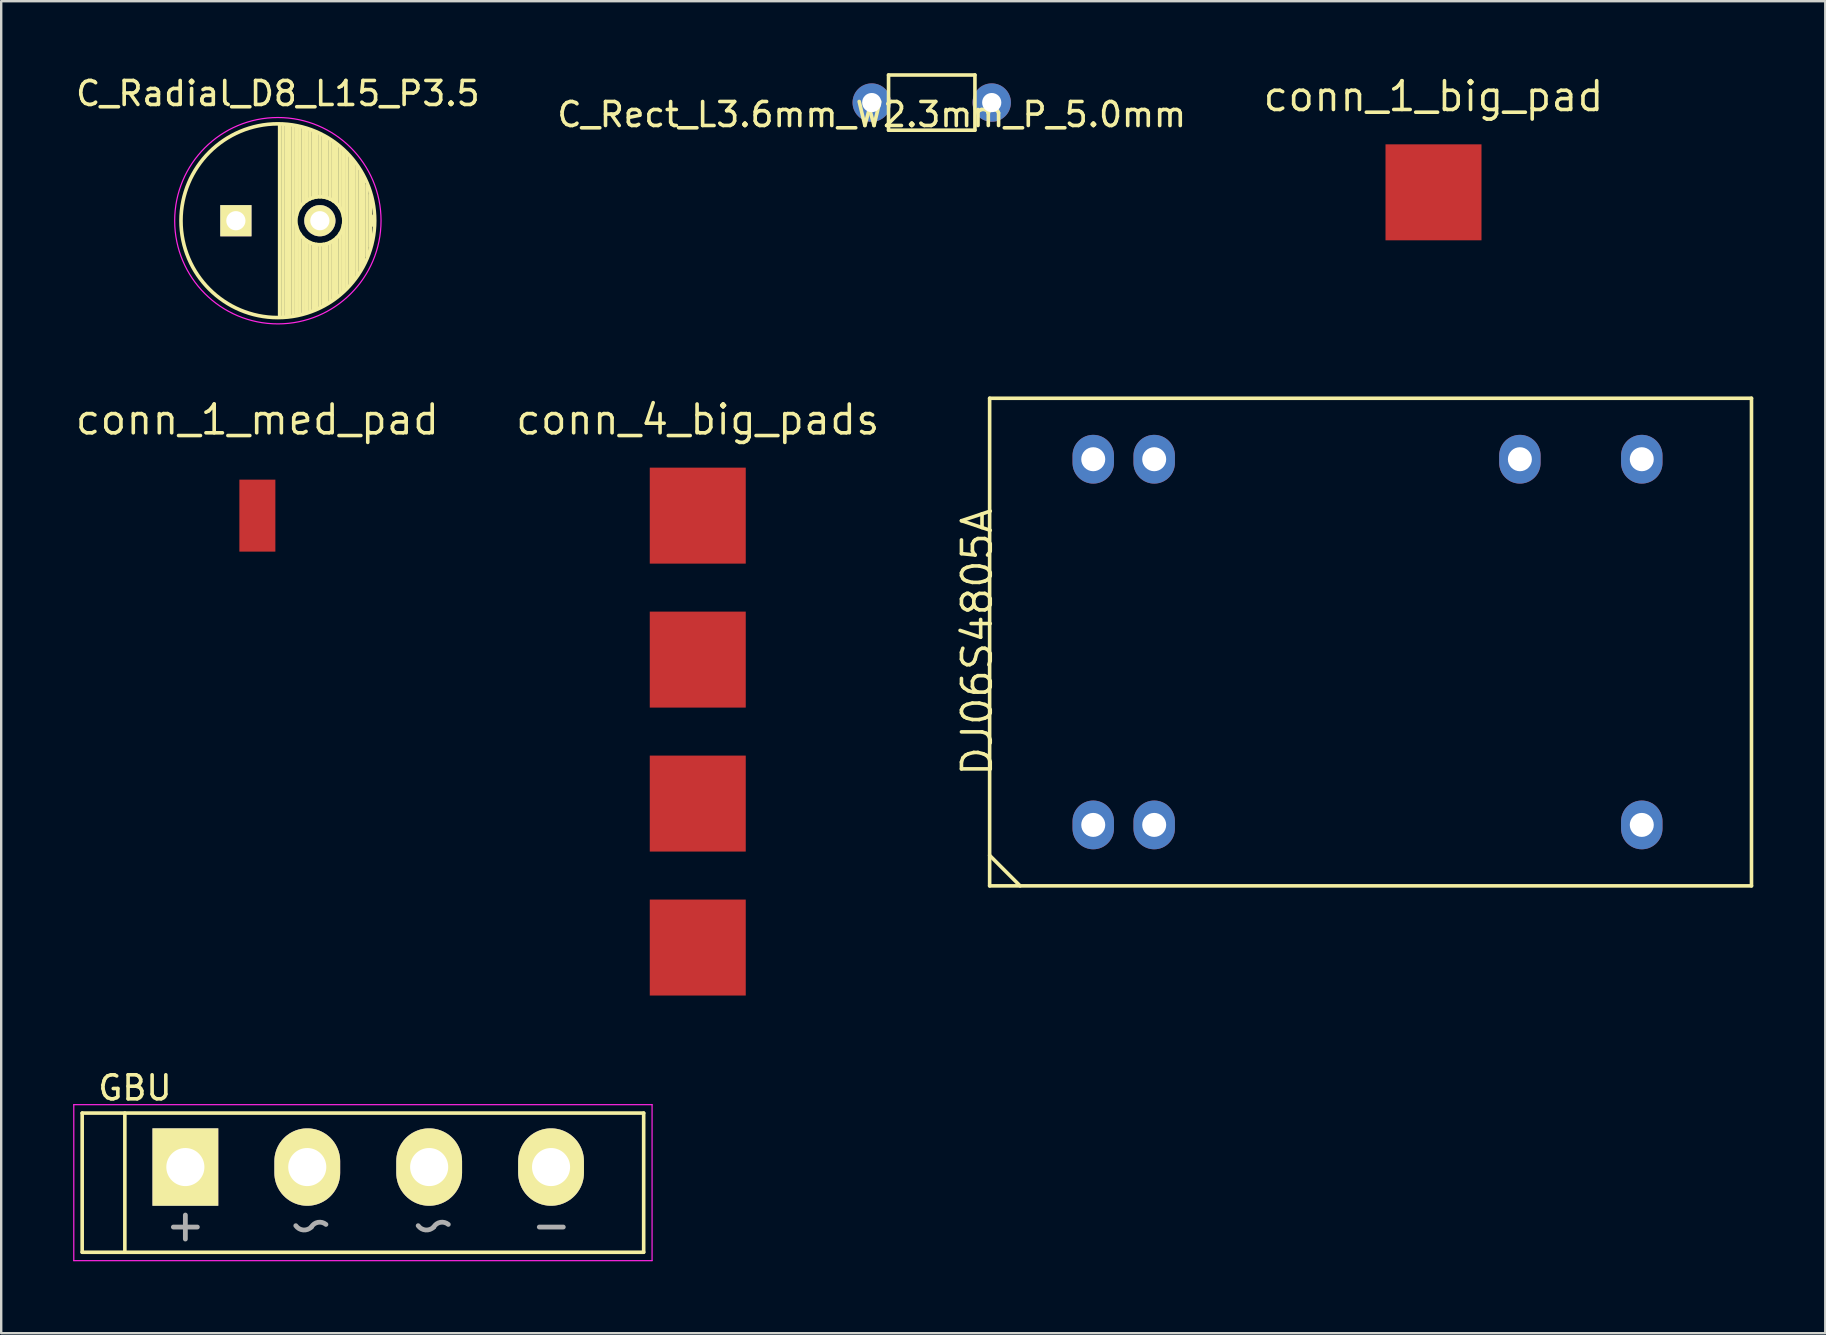
<source format=kicad_pcb>
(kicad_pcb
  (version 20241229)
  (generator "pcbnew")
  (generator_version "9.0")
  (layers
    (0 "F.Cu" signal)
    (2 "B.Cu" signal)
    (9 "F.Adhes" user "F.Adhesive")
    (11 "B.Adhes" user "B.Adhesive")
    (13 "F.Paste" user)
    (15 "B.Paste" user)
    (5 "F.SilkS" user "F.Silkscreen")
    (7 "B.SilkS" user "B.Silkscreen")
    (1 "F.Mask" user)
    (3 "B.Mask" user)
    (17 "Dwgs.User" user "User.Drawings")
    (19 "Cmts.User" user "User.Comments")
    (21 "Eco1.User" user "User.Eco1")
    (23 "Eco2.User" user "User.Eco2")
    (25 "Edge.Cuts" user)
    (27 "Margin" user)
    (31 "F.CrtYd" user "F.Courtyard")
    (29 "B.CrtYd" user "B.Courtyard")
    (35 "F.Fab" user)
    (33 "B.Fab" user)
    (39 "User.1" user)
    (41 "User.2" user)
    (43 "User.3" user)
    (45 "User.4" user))
  (footprint "DJ06S4805A"
    (layer "F.Cu")
    (at 42.511 31.328)
    (property "Reference" "DJ06S4805A" (at -4.84 -7.62 90) (layer "F.SilkS") (effects (font (size 1.2 1.2) (thickness 0.15))))
    (attr through_hole)
    (fp_line (start -4.318 -17.78) (end 27.432 -17.78) (stroke (width 0.15) (type solid)) (layer "F.SilkS"))
    (fp_line (start -4.318 1.27) (end -3.048 2.54) (stroke (width 0.15) (type solid)) (layer "F.SilkS"))
    (fp_line (start -4.318 2.54) (end -4.318 -17.78) (stroke (width 0.15) (type solid)) (layer "F.SilkS"))
    (fp_line (start -4.318 2.54) (end 27.432 2.54) (stroke (width 0.15) (type solid)) (layer "F.SilkS"))
    (fp_line (start 27.432 2.54) (end 27.432 -17.78) (stroke (width 0.15) (type solid)) (layer "F.SilkS"))
    (pad "2" thru_hole oval (at 0 0) (size 1.727 2.032) (drill 1) (layers "*.Cu" "*.Mask"))
    (pad "3" thru_hole oval (at 2.54 0) (size 1.727 2.032) (drill 1) (layers "*.Cu" "*.Mask"))
    (pad "11" thru_hole oval (at 22.86 0) (size 1.727 2.032) (drill 1) (layers "*.Cu" "*.Mask"))
    (pad "14" thru_hole oval (at 22.86 -15.24) (size 1.727 2.032) (drill 1) (layers "*.Cu" "*.Mask"))
    (pad "16" thru_hole oval (at 17.78 -15.24) (size 1.727 2.032) (drill 1) (layers "*.Cu" "*.Mask"))
    (pad "22" thru_hole oval (at 2.54 -15.24) (size 1.727 2.032) (drill 1) (layers "*.Cu" "*.Mask"))
    (pad "23" thru_hole oval (at 0 -15.24) (size 1.727 2.032) (drill 1) (layers "*.Cu" "*.Mask")))
  (footprint "C_Rect_L3.6mm_W2.3mm_P_5.0mm"
    (layer "F.Cu")
    (at 33.28 1.225)
    (property "Reference" "C_Rect_L3.6mm_W2.3mm_P_5.0mm" (at 0 0.5 0) (layer "F.SilkS") (effects (font (size 1 1) (thickness 0.15))))
    (attr through_hole)
    (fp_line (start 0.7 -1.15) (end 4.3 -1.15) (stroke (width 0.15) (type solid)) (layer "F.SilkS"))
    (fp_line (start 0.7 1.15) (end 0.7 -1.15) (stroke (width 0.15) (type solid)) (layer "F.SilkS"))
    (fp_line (start 4.3 -1.15) (end 4.3 1.15) (stroke (width 0.15) (type solid)) (layer "F.SilkS"))
    (fp_line (start 4.3 1.15) (end 0.7 1.15) (stroke (width 0.15) (type solid)) (layer "F.SilkS"))
    (pad "1" thru_hole circle (at 0 0) (size 1.6 1.6) (drill 0.8) (layers "*.Cu" "*.Mask"))
    (pad "2" thru_hole circle (at 5 0) (size 1.6 1.6) (drill 0.8) (layers "*.Cu" "*.Mask")))
  (footprint "conn_4_big_pads"
    (layer "F.Cu")
    (at 26.029 18.439)
    (property "Reference" "conn_4_big_pads" (at 0 -4 0) (layer "F.SilkS") (effects (font (size 1.2 1.2) (thickness 0.15))))
    (attr through_hole)
    (pad "1" smd rect (at 0 0) (size 4 4) (layers "F.Cu" "F.Mask" "F.Paste"))
    (pad "2" smd rect (at 0 6) (size 4 4) (layers "F.Cu" "F.Mask" "F.Paste"))
    (pad "3" smd rect (at 0 12) (size 4 4) (layers "F.Cu" "F.Mask" "F.Paste"))
    (pad "4" smd rect (at 0 18) (size 4 4) (layers "F.Cu" "F.Mask" "F.Paste")))
  (footprint "conn_1_big_pad"
    (layer "F.Cu")
    (at 56.691 4.965)
    (property "Reference" "conn_1_big_pad" (at 0 -4 0) (layer "F.SilkS") (effects (font (size 1.2 1.2) (thickness 0.15))))
    (attr through_hole)
    (pad "1" smd rect (at 0 0) (size 4 4) (layers "F.Cu" "F.Mask" "F.Paste")))
  (footprint "conn_1_med_pad"
    (layer "F.Cu")
    (at 7.676 18.439)
    (property "Reference" "conn_1_med_pad" (at 0 -4 0) (layer "F.SilkS") (effects (font (size 1.2 1.2) (thickness 0.15))))
    (attr through_hole)
    (pad "1" smd rect (at 0 0) (size 1.5 3) (layers "F.Cu" "F.Mask" "F.Paste")))
  (footprint "C_Radial_D8_L15_P3.5"
    (layer "F.Cu")
    (at 6.78 6.148)
    (property "Reference" "C_Radial_D8_L15_P3.5" (at 1.75 -5.3 0) (layer "F.SilkS") (effects (font (size 1 1) (thickness 0.15))))
    (attr through_hole)
    (fp_line (start 1.825 -3.999) (end 1.825 3.999) (stroke (width 0.15) (type solid)) (layer "F.SilkS"))
    (fp_line (start 1.965 -3.994) (end 1.965 3.994) (stroke (width 0.15) (type solid)) (layer "F.SilkS"))
    (fp_line (start 2.105 -3.984) (end 2.105 3.984) (stroke (width 0.15) (type solid)) (layer "F.SilkS"))
    (fp_line (start 2.245 -3.969) (end 2.245 3.969) (stroke (width 0.15) (type solid)) (layer "F.SilkS"))
    (fp_line (start 2.385 -3.949) (end 2.385 3.949) (stroke (width 0.15) (type solid)) (layer "F.SilkS"))
    (fp_line (start 2.525 -3.924) (end 2.525 -0.222) (stroke (width 0.15) (type solid)) (layer "F.SilkS"))
    (fp_line (start 2.525 0.222) (end 2.525 3.924) (stroke (width 0.15) (type solid)) (layer "F.SilkS"))
    (fp_line (start 2.665 -3.894) (end 2.665 -0.55) (stroke (width 0.15) (type solid)) (layer "F.SilkS"))
    (fp_line (start 2.665 0.55) (end 2.665 3.894) (stroke (width 0.15) (type solid)) (layer "F.SilkS"))
    (fp_line (start 2.805 -3.858) (end 2.805 -0.719) (stroke (width 0.15) (type solid)) (layer "F.SilkS"))
    (fp_line (start 2.805 0.719) (end 2.805 3.858) (stroke (width 0.15) (type solid)) (layer "F.SilkS"))
    (fp_line (start 2.945 -3.817) (end 2.945 -0.832) (stroke (width 0.15) (type solid)) (layer "F.SilkS"))
    (fp_line (start 2.945 0.832) (end 2.945 3.817) (stroke (width 0.15) (type solid)) (layer "F.SilkS"))
    (fp_line (start 3.085 -3.771) (end 3.085 -0.91) (stroke (width 0.15) (type solid)) (layer "F.SilkS"))
    (fp_line (start 3.085 0.91) (end 3.085 3.771) (stroke (width 0.15) (type solid)) (layer "F.SilkS"))
    (fp_line (start 3.225 -3.718) (end 3.225 -0.961) (stroke (width 0.15) (type solid)) (layer "F.SilkS"))
    (fp_line (start 3.225 0.961) (end 3.225 3.718) (stroke (width 0.15) (type solid)) (layer "F.SilkS"))
    (fp_line (start 3.365 -3.659) (end 3.365 -0.991) (stroke (width 0.15) (type solid)) (layer "F.SilkS"))
    (fp_line (start 3.365 0.991) (end 3.365 3.659) (stroke (width 0.15) (type solid)) (layer "F.SilkS"))
    (fp_line (start 3.505 -3.594) (end 3.505 -1) (stroke (width 0.15) (type solid)) (layer "F.SilkS"))
    (fp_line (start 3.505 1) (end 3.505 3.594) (stroke (width 0.15) (type solid)) (layer "F.SilkS"))
    (fp_line (start 3.645 -3.523) (end 3.645 -0.989) (stroke (width 0.15) (type solid)) (layer "F.SilkS"))
    (fp_line (start 3.645 0.989) (end 3.645 3.523) (stroke (width 0.15) (type solid)) (layer "F.SilkS"))
    (fp_line (start 3.785 -3.444) (end 3.785 -0.959) (stroke (width 0.15) (type solid)) (layer "F.SilkS"))
    (fp_line (start 3.785 0.959) (end 3.785 3.444) (stroke (width 0.15) (type solid)) (layer "F.SilkS"))
    (fp_line (start 3.925 -3.357) (end 3.925 -0.905) (stroke (width 0.15) (type solid)) (layer "F.SilkS"))
    (fp_line (start 3.925 0.905) (end 3.925 3.357) (stroke (width 0.15) (type solid)) (layer "F.SilkS"))
    (fp_line (start 4.065 -3.262) (end 4.065 -0.825) (stroke (width 0.15) (type solid)) (layer "F.SilkS"))
    (fp_line (start 4.065 0.825) (end 4.065 3.262) (stroke (width 0.15) (type solid)) (layer "F.SilkS"))
    (fp_line (start 4.205 -3.158) (end 4.205 -0.709) (stroke (width 0.15) (type solid)) (layer "F.SilkS"))
    (fp_line (start 4.205 0.709) (end 4.205 3.158) (stroke (width 0.15) (type solid)) (layer "F.SilkS"))
    (fp_line (start 4.345 -3.044) (end 4.345 -0.535) (stroke (width 0.15) (type solid)) (layer "F.SilkS"))
    (fp_line (start 4.345 0.535) (end 4.345 3.044) (stroke (width 0.15) (type solid)) (layer "F.SilkS"))
    (fp_line (start 4.485 -2.919) (end 4.485 -0.173) (stroke (width 0.15) (type solid)) (layer "F.SilkS"))
    (fp_line (start 4.485 0.173) (end 4.485 2.919) (stroke (width 0.15) (type solid)) (layer "F.SilkS"))
    (fp_line (start 4.625 -2.781) (end 4.625 2.781) (stroke (width 0.15) (type solid)) (layer "F.SilkS"))
    (fp_line (start 4.765 -2.629) (end 4.765 2.629) (stroke (width 0.15) (type solid)) (layer "F.SilkS"))
    (fp_line (start 4.905 -2.459) (end 4.905 2.459) (stroke (width 0.15) (type solid)) (layer "F.SilkS"))
    (fp_line (start 5.045 -2.268) (end 5.045 2.268) (stroke (width 0.15) (type solid)) (layer "F.SilkS"))
    (fp_line (start 5.185 -2.05) (end 5.185 2.05) (stroke (width 0.15) (type solid)) (layer "F.SilkS"))
    (fp_line (start 5.325 -1.794) (end 5.325 1.794) (stroke (width 0.15) (type solid)) (layer "F.SilkS"))
    (fp_line (start 5.465 -1.483) (end 5.465 1.483) (stroke (width 0.15) (type solid)) (layer "F.SilkS"))
    (fp_line (start 5.605 -1.067) (end 5.605 1.067) (stroke (width 0.15) (type solid)) (layer "F.SilkS"))
    (fp_line (start 5.745 -0.2) (end 5.745 0.2) (stroke (width 0.15) (type solid)) (layer "F.SilkS"))
    (fp_circle (center 1.75 0) (end 1.75 -4.037) (stroke (width 0.15) (type solid)) (fill no) (layer "F.SilkS"))
    (fp_circle (center 3.5 0) (end 3.5 -1) (stroke (width 0.15) (type solid)) (fill no) (layer "F.SilkS"))
    (fp_circle (center 1.75 0) (end 1.75 -4.3) (stroke (width 0.05) (type solid)) (fill no) (layer "F.CrtYd"))
    (pad "1" thru_hole rect (at 0 0) (size 1.3 1.3) (drill 0.8) (layers "*.Cu" "*.Mask" "F.SilkS"))
    (pad "2" thru_hole circle (at 3.5 0) (size 1.3 1.3) (drill 0.8) (layers "*.Cu" "*.Mask" "F.SilkS")))
  (footprint "GBU"
    (layer "F.Cu")
    (at 4.675 45.587)
    (property "Reference" "GBU" (at -2.1 -3.3 0) (layer "F.SilkS") (effects (font (size 1 1) (thickness 0.15))))
    (attr through_hole)
    (fp_line (start -4.3 -2.25) (end 19.1 -2.25) (stroke (width 0.15) (type solid)) (layer "F.SilkS"))
    (fp_line (start -4.3 3.55) (end -4.3 -2.25) (stroke (width 0.15) (type solid)) (layer "F.SilkS"))
    (fp_line (start -2.522 3.55) (end -2.522 -2.25) (stroke (width 0.15) (type solid)) (layer "F.SilkS"))
    (fp_line (start 19.1 -2.25) (end 19.1 3.55) (stroke (width 0.15) (type solid)) (layer "F.SilkS"))
    (fp_line (start 19.1 3.55) (end -4.3 3.55) (stroke (width 0.15) (type solid)) (layer "F.SilkS"))
    (fp_line (start -4.65 -2.6) (end 19.45 -2.6) (stroke (width 0.05) (type solid)) (layer "F.CrtYd"))
    (fp_line (start -4.65 3.9) (end -4.65 -2.6) (stroke (width 0.05) (type solid)) (layer "F.CrtYd"))
    (fp_line (start 19.45 -2.6) (end 19.45 3.9) (stroke (width 0.05) (type solid)) (layer "F.CrtYd"))
    (fp_line (start 19.45 3.9) (end -4.65 3.9) (stroke (width 0.05) (type solid)) (layer "F.CrtYd"))
    (fp_line (start -0.5 2.5) (end 0.5 2.5) (stroke (width 0.2) (type solid)) (layer "F.Fab"))
    (fp_line (start 0 2) (end 0 3) (stroke (width 0.2) (type solid)) (layer "F.Fab"))
    (fp_line (start 14.75 2.5) (end 15.75 2.5) (stroke (width 0.2) (type solid)) (layer "F.Fab"))
    (fp_arc (start 5.25 2.5) (mid 4.913023 2.62265) (end 4.602463 2.443348) (stroke (width 0.2) (type solid)) (layer "F.Fab"))
    (fp_arc (start 5.25 2.5) (mid 5.528233 2.303327) (end 5.857738 2.390047) (stroke (width 0.2) (type solid)) (layer "F.Fab"))
    (fp_arc (start 10.35 2.5) (mid 10.013023 2.62265) (end 9.702463 2.443348) (stroke (width 0.2) (type solid)) (layer "F.Fab"))
    (fp_arc (start 10.35 2.5) (mid 10.628233 2.303327) (end 10.957738 2.390047) (stroke (width 0.2) (type solid)) (layer "F.Fab"))
    (pad "1" thru_hole rect (at 0 0) (size 2.742 3.226) (drill 1.587) (layers "*.Cu" "*.Mask" "F.SilkS"))
    (pad "2" thru_hole oval (at 5.08 0) (size 2.742 3.226) (drill 1.587) (layers "*.Cu" "*.Mask" "F.SilkS"))
    (pad "3" thru_hole oval (at 10.16 0) (size 2.742 3.226) (drill 1.587) (layers "*.Cu" "*.Mask" "F.SilkS"))
    (pad "4" thru_hole oval (at 15.24 0) (size 2.742 3.226) (drill 1.587) (layers "*.Cu" "*.Mask" "F.SilkS")))
  (gr_rect
    (start -3 -3)
    (end 73.018 52.512)
    (stroke (width 0.1) (type default))
    (fill no)
    (layer "Edge.Cuts")))
</source>
